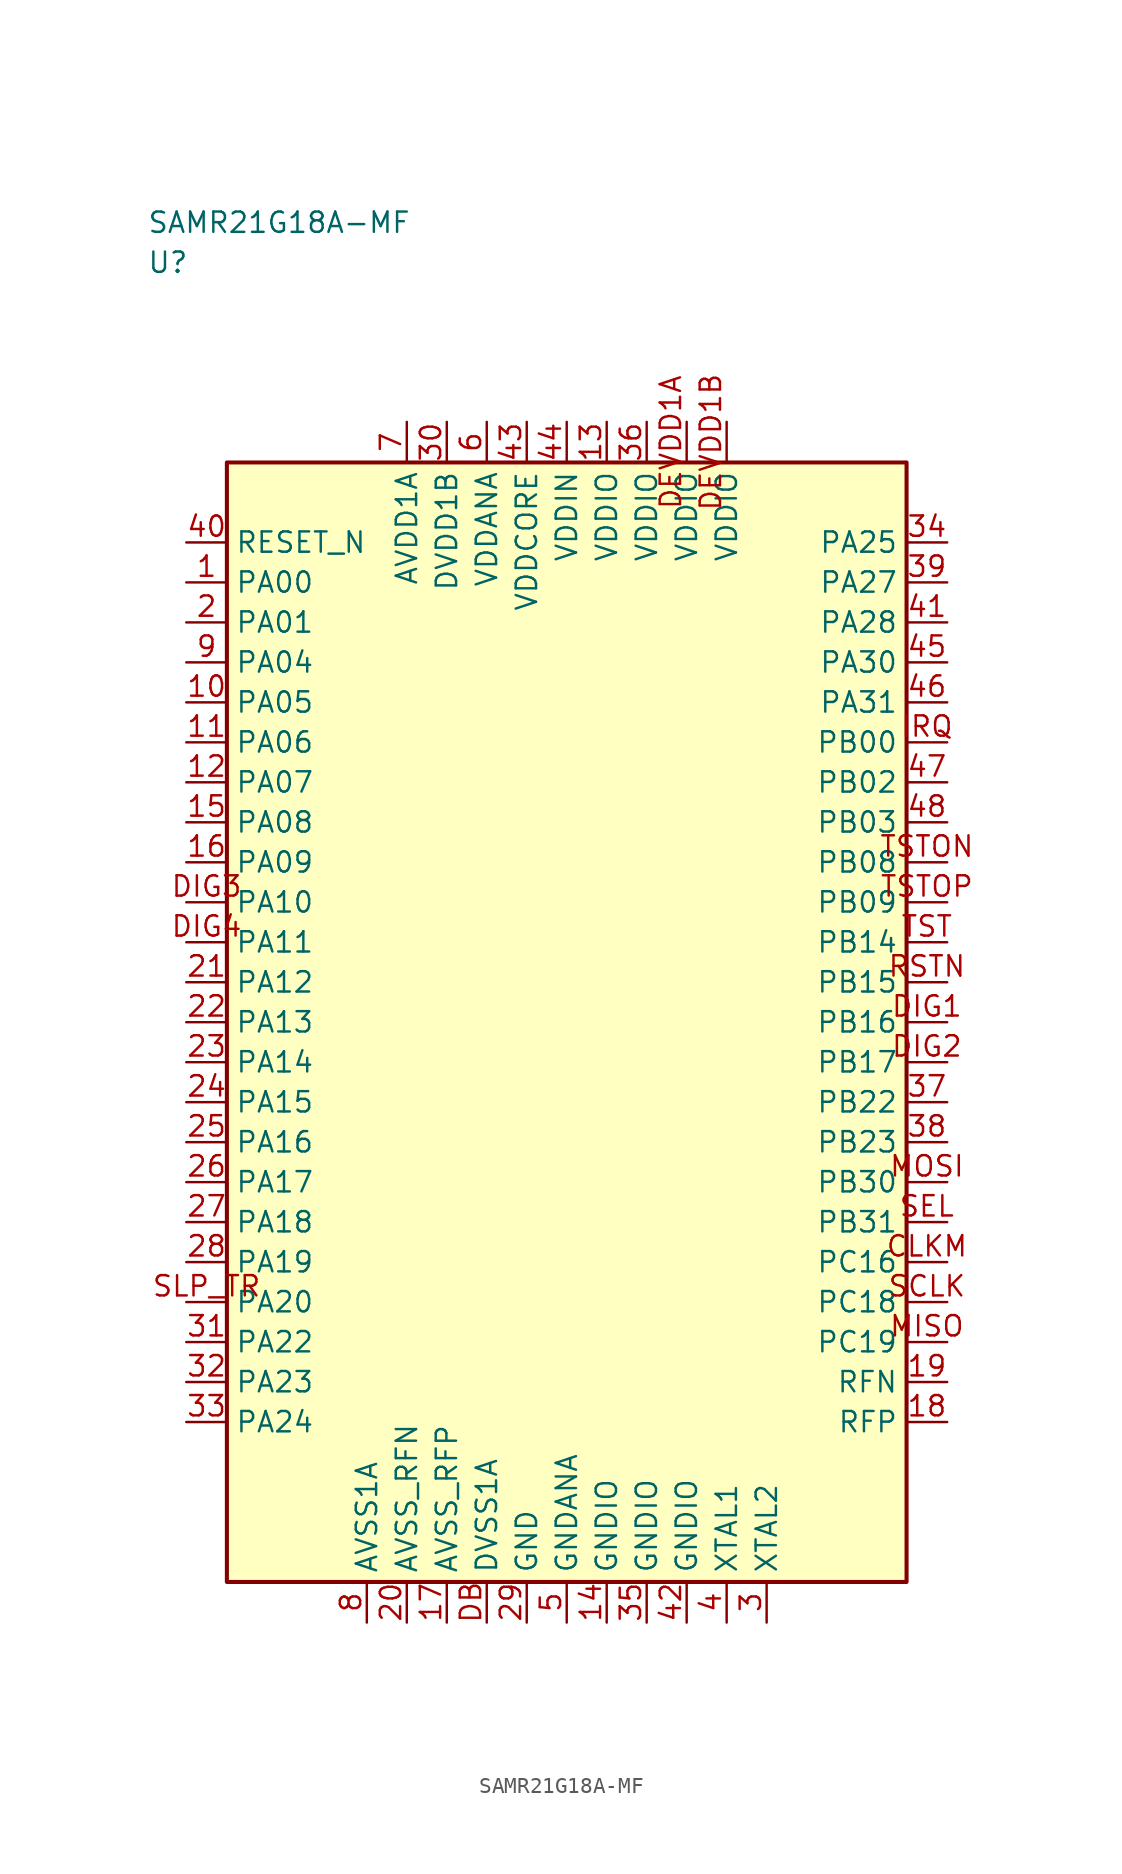
<source format=kicad_sym>
(kicad_symbol_lib
  (version 20241025)
  (generator "kicad_symbol_editor")
  (generator_version "8.0")
  (symbol "SAMR21G18A-MF"
    (property "Reference" "U"
      (at -26.25 47.5 0)
      (effects (font (size 1.27 1.27)) (justify left)))
    (property "Value" "SAMR21G18A-MF"
      (at -26.25 50.0 0)
      (effects (font (size 1.27 1.27)) (justify left)))
    (symbol "SAMR21G18A-MF_0_1"
      (rectangle (start -21.25 35.0) (end 21.25 -35.0) (stroke (width 0.254) (type default)) (fill (type background))))
    (symbol "SAMR21G18A-MF_1_1"
      (pin bidirectional line (at -23.79 27.5 0.0) (length 2.54) (name "PA00" (effects (font (size 1.27 1.27)))) (number "1" (effects (font (size 1.27 1.27)))))
      (pin bidirectional line (at -23.79 25.0 0.0) (length 2.54) (name "PA01" (effects (font (size 1.27 1.27)))) (number "2" (effects (font (size 1.27 1.27)))))
      (pin passive line (at 12.5 -37.54 90.0) (length 2.54) (name "XTAL2" (effects (font (size 1.27 1.27)))) (number "3" (effects (font (size 1.27 1.27)))))
      (pin passive line (at 10.0 -37.54 90.0) (length 2.54) (name "XTAL1" (effects (font (size 1.27 1.27)))) (number "4" (effects (font (size 1.27 1.27)))))
      (pin passive line (at 0.0 -37.54 90.0) (length 2.54) (name "GNDANA" (effects (font (size 1.27 1.27)))) (number "5" (effects (font (size 1.27 1.27)))))
      (pin power_in line (at -5.0 37.54 270.0) (length 2.54) (name "VDDANA" (effects (font (size 1.27 1.27)))) (number "6" (effects (font (size 1.27 1.27)))))
      (pin power_in line (at -10.0 37.54 270.0) (length 2.54) (name "AVDD1A" (effects (font (size 1.27 1.27)))) (number "7" (effects (font (size 1.27 1.27)))))
      (pin passive line (at -12.5 -37.54 90.0) (length 2.54) (name "AVSS1A" (effects (font (size 1.27 1.27)))) (number "8" (effects (font (size 1.27 1.27)))))
      (pin bidirectional line (at -23.79 22.5 0.0) (length 2.54) (name "PA04" (effects (font (size 1.27 1.27)))) (number "9" (effects (font (size 1.27 1.27)))))
      (pin bidirectional line (at -23.79 20.0 0.0) (length 2.54) (name "PA05" (effects (font (size 1.27 1.27)))) (number "10" (effects (font (size 1.27 1.27)))))
      (pin bidirectional line (at -23.79 17.5 0.0) (length 2.54) (name "PA06" (effects (font (size 1.27 1.27)))) (number "11" (effects (font (size 1.27 1.27)))))
      (pin bidirectional line (at -23.79 15.0 0.0) (length 2.54) (name "PA07" (effects (font (size 1.27 1.27)))) (number "12" (effects (font (size 1.27 1.27)))))
      (pin power_in line (at 2.5 37.54 270.0) (length 2.54) (name "VDDIO" (effects (font (size 1.27 1.27)))) (number "13" (effects (font (size 1.27 1.27)))))
      (pin passive line (at 2.5 -37.54 90.0) (length 2.54) (name "GNDIO" (effects (font (size 1.27 1.27)))) (number "14" (effects (font (size 1.27 1.27)))))
      (pin bidirectional line (at -23.79 12.5 0.0) (length 2.54) (name "PA08" (effects (font (size 1.27 1.27)))) (number "15" (effects (font (size 1.27 1.27)))))
      (pin bidirectional line (at -23.79 10.0 0.0) (length 2.54) (name "PA09" (effects (font (size 1.27 1.27)))) (number "16" (effects (font (size 1.27 1.27)))))
      (pin passive line (at -7.5 -37.54 90.0) (length 2.54) (name "AVSS_RFP" (effects (font (size 1.27 1.27)))) (number "17" (effects (font (size 1.27 1.27)))))
      (pin bidirectional line (at 23.79 -25.0 180.0) (length 2.54) (name "RFP" (effects (font (size 1.27 1.27)))) (number "18" (effects (font (size 1.27 1.27)))))
      (pin bidirectional line (at 23.79 -22.5 180.0) (length 2.54) (name "RFN" (effects (font (size 1.27 1.27)))) (number "19" (effects (font (size 1.27 1.27)))))
      (pin passive line (at -10.0 -37.54 90.0) (length 2.54) (name "AVSS_RFN" (effects (font (size 1.27 1.27)))) (number "20" (effects (font (size 1.27 1.27)))))
      (pin bidirectional line (at -23.79 2.5 0.0) (length 2.54) (name "PA12" (effects (font (size 1.27 1.27)))) (number "21" (effects (font (size 1.27 1.27)))))
      (pin bidirectional line (at -23.79 0.0 0.0) (length 2.54) (name "PA13" (effects (font (size 1.27 1.27)))) (number "22" (effects (font (size 1.27 1.27)))))
      (pin bidirectional line (at -23.79 -2.5 0.0) (length 2.54) (name "PA14" (effects (font (size 1.27 1.27)))) (number "23" (effects (font (size 1.27 1.27)))))
      (pin bidirectional line (at -23.79 -5.0 0.0) (length 2.54) (name "PA15" (effects (font (size 1.27 1.27)))) (number "24" (effects (font (size 1.27 1.27)))))
      (pin bidirectional line (at -23.79 -7.5 0.0) (length 2.54) (name "PA16" (effects (font (size 1.27 1.27)))) (number "25" (effects (font (size 1.27 1.27)))))
      (pin bidirectional line (at -23.79 -10.0 0.0) (length 2.54) (name "PA17" (effects (font (size 1.27 1.27)))) (number "26" (effects (font (size 1.27 1.27)))))
      (pin bidirectional line (at -23.79 -12.5 0.0) (length 2.54) (name "PA18" (effects (font (size 1.27 1.27)))) (number "27" (effects (font (size 1.27 1.27)))))
      (pin bidirectional line (at -23.79 -15.0 0.0) (length 2.54) (name "PA19" (effects (font (size 1.27 1.27)))) (number "28" (effects (font (size 1.27 1.27)))))
      (pin passive line (at -2.5 -37.54 90.0) (length 2.54) (name "GND" (effects (font (size 1.27 1.27)))) (number "29" (effects (font (size 1.27 1.27)))))
      (pin power_in line (at -7.5 37.54 270.0) (length 2.54) (name "DVDD1B" (effects (font (size 1.27 1.27)))) (number "30" (effects (font (size 1.27 1.27)))))
      (pin bidirectional line (at -23.79 -20.0 0.0) (length 2.54) (name "PA22" (effects (font (size 1.27 1.27)))) (number "31" (effects (font (size 1.27 1.27)))))
      (pin bidirectional line (at -23.79 -22.5 0.0) (length 2.54) (name "PA23" (effects (font (size 1.27 1.27)))) (number "32" (effects (font (size 1.27 1.27)))))
      (pin bidirectional line (at -23.79 -25.0 0.0) (length 2.54) (name "PA24" (effects (font (size 1.27 1.27)))) (number "33" (effects (font (size 1.27 1.27)))))
      (pin bidirectional line (at 23.79 30.0 180.0) (length 2.54) (name "PA25" (effects (font (size 1.27 1.27)))) (number "34" (effects (font (size 1.27 1.27)))))
      (pin passive line (at 5.0 -37.54 90.0) (length 2.54) (name "GNDIO" (effects (font (size 1.27 1.27)))) (number "35" (effects (font (size 1.27 1.27)))))
      (pin power_in line (at 5.0 37.54 270.0) (length 2.54) (name "VDDIO" (effects (font (size 1.27 1.27)))) (number "36" (effects (font (size 1.27 1.27)))))
      (pin bidirectional line (at 23.79 -5.0 180.0) (length 2.54) (name "PB22" (effects (font (size 1.27 1.27)))) (number "37" (effects (font (size 1.27 1.27)))))
      (pin bidirectional line (at 23.79 -7.5 180.0) (length 2.54) (name "PB23" (effects (font (size 1.27 1.27)))) (number "38" (effects (font (size 1.27 1.27)))))
      (pin bidirectional line (at 23.79 27.5 180.0) (length 2.54) (name "PA27" (effects (font (size 1.27 1.27)))) (number "39" (effects (font (size 1.27 1.27)))))
      (pin input line (at -23.79 30.0 0.0) (length 2.54) (name "RESET_N" (effects (font (size 1.27 1.27)))) (number "40" (effects (font (size 1.27 1.27)))))
      (pin bidirectional line (at 23.79 25.0 180.0) (length 2.54) (name "PA28" (effects (font (size 1.27 1.27)))) (number "41" (effects (font (size 1.27 1.27)))))
      (pin passive line (at 7.5 -37.54 90.0) (length 2.54) (name "GNDIO" (effects (font (size 1.27 1.27)))) (number "42" (effects (font (size 1.27 1.27)))))
      (pin power_in line (at -2.5 37.54 270.0) (length 2.54) (name "VDDCORE" (effects (font (size 1.27 1.27)))) (number "43" (effects (font (size 1.27 1.27)))))
      (pin power_in line (at 0.0 37.54 270.0) (length 2.54) (name "VDDIN" (effects (font (size 1.27 1.27)))) (number "44" (effects (font (size 1.27 1.27)))))
      (pin bidirectional line (at 23.79 22.5 180.0) (length 2.54) (name "PA30" (effects (font (size 1.27 1.27)))) (number "45" (effects (font (size 1.27 1.27)))))
      (pin bidirectional line (at 23.79 20.0 180.0) (length 2.54) (name "PA31" (effects (font (size 1.27 1.27)))) (number "46" (effects (font (size 1.27 1.27)))))
      (pin bidirectional line (at 23.79 15.0 180.0) (length 2.54) (name "PB02" (effects (font (size 1.27 1.27)))) (number "47" (effects (font (size 1.27 1.27)))))
      (pin bidirectional line (at 23.79 12.5 180.0) (length 2.54) (name "PB03" (effects (font (size 1.27 1.27)))) (number "48" (effects (font (size 1.27 1.27)))))
      (pin bidirectional line (at 23.79 -15.0 180.0) (length 2.54) (name "PC16" (effects (font (size 1.27 1.27)))) (number "CLKM" (effects (font (size 1.27 1.27)))))
      (pin passive line (at -5.0 -37.54 90.0) (length 2.54) (name "DVSS1A" (effects (font (size 1.27 1.27)))) (number "DB" (effects (font (size 1.27 1.27)))))
      (pin power_in line (at 7.5 37.54 270.0) (length 2.54) (name "VDDIO" (effects (font (size 1.27 1.27)))) (number "DEVDD1A" (effects (font (size 1.27 1.27)))))
      (pin power_in line (at 10.0 37.54 270.0) (length 2.54) (name "VDDIO" (effects (font (size 1.27 1.27)))) (number "DEVDD1B" (effects (font (size 1.27 1.27)))))
      (pin bidirectional line (at 23.79 0.0 180.0) (length 2.54) (name "PB16" (effects (font (size 1.27 1.27)))) (number "DIG1" (effects (font (size 1.27 1.27)))))
      (pin bidirectional line (at 23.79 -2.5 180.0) (length 2.54) (name "PB17" (effects (font (size 1.27 1.27)))) (number "DIG2" (effects (font (size 1.27 1.27)))))
      (pin bidirectional line (at -23.79 7.5 0.0) (length 2.54) (name "PA10" (effects (font (size 1.27 1.27)))) (number "DIG3" (effects (font (size 1.27 1.27)))))
      (pin bidirectional line (at -23.79 5.0 0.0) (length 2.54) (name "PA11" (effects (font (size 1.27 1.27)))) (number "DIG4" (effects (font (size 1.27 1.27)))))
      (pin bidirectional line (at 23.79 17.5 180.0) (length 2.54) (name "PB00" (effects (font (size 1.27 1.27)))) (number "IRQ" (effects (font (size 1.27 1.27)))))
      (pin bidirectional line (at 23.79 -20.0 180.0) (length 2.54) (name "PC19" (effects (font (size 1.27 1.27)))) (number "MISO" (effects (font (size 1.27 1.27)))))
      (pin bidirectional line (at 23.79 -10.0 180.0) (length 2.54) (name "PB30" (effects (font (size 1.27 1.27)))) (number "MOSI" (effects (font (size 1.27 1.27)))))
      (pin bidirectional line (at 23.79 2.5 180.0) (length 2.54) (name "PB15" (effects (font (size 1.27 1.27)))) (number "RSTN" (effects (font (size 1.27 1.27)))))
      (pin bidirectional line (at 23.79 -17.5 180.0) (length 2.54) (name "PC18" (effects (font (size 1.27 1.27)))) (number "SCLK" (effects (font (size 1.27 1.27)))))
      (pin bidirectional line (at 23.79 -12.5 180.0) (length 2.54) (name "PB31" (effects (font (size 1.27 1.27)))) (number "SEL" (effects (font (size 1.27 1.27)))))
      (pin bidirectional line (at -23.79 -17.5 0.0) (length 2.54) (name "PA20" (effects (font (size 1.27 1.27)))) (number "SLP_TR" (effects (font (size 1.27 1.27)))))
      (pin bidirectional line (at 23.79 5.0 180.0) (length 2.54) (name "PB14" (effects (font (size 1.27 1.27)))) (number "TST" (effects (font (size 1.27 1.27)))))
      (pin bidirectional line (at 23.79 10.0 180.0) (length 2.54) (name "PB08" (effects (font (size 1.27 1.27)))) (number "TSTON" (effects (font (size 1.27 1.27)))))
      (pin bidirectional line (at 23.79 7.5 180.0) (length 2.54) (name "PB09" (effects (font (size 1.27 1.27)))) (number "TSTOP" (effects (font (size 1.27 1.27))))))))
</source>
